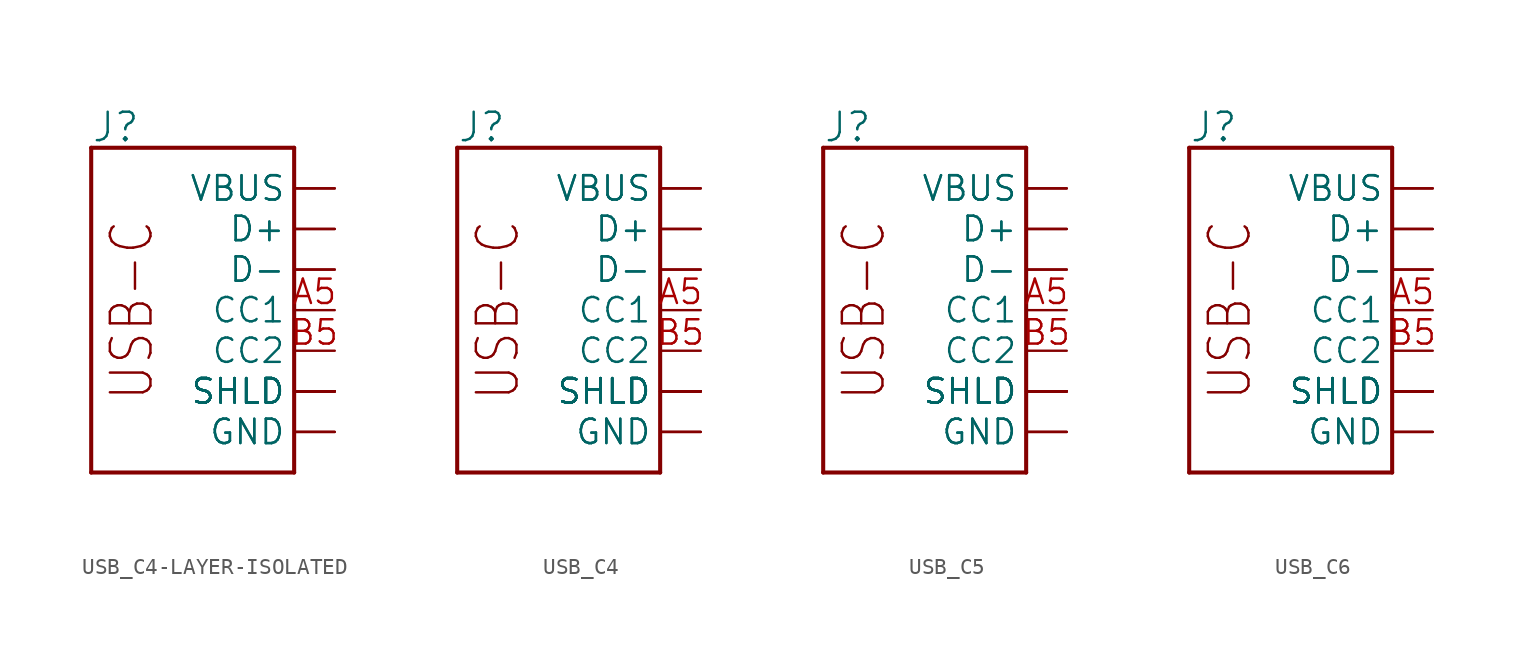
<source format=kicad_sym>
(kicad_symbol_lib
  (version 20241209)
  (generator "kicad_symbol_editor")
  (generator_version "9.0")
  (symbol "USB_C4-LAYER-ISOLATED"
    (property "Reference" "J"
      (at -2.54 10.414 0)
      (effects (font (size 1.778 1.778)) (justify left bottom)))
    (property "Value" ""
      (at -2.54 -12.446 0)
      (effects (font (size 1.778 1.778)) (justify left bottom)))
    (property "ki_locked" ""
      (at 0 0 0)
      (effects (font (size 1.27 1.27))))
    (symbol "USB_C4-LAYER-ISOLATED_1_0"
      (polyline (pts (xy -2.54 -10.16) (xy -2.54 10.16)) (stroke (width 0.254) (type solid)) (fill (type none)))
      (polyline (pts (xy -2.54 -10.16) (xy 10.16 -10.16)) (stroke (width 0.254) (type solid)) (fill (type none)))
      (polyline (pts (xy 10.16 10.16) (xy -2.54 10.16)) (stroke (width 0.254) (type solid)) (fill (type none)))
      (polyline (pts (xy 10.16 -10.16) (xy 10.16 10.16)) (stroke (width 0.254) (type solid)) (fill (type none)))
      (text "USB-C" (at 0 0 900) (effects (font (size 2.54 2.159))))
      (pin bidirectional line (at 12.7 7.62 180) (length 2.54) (name "VBUS" (effects (font (size 1.524 1.524)))) (number "VBUS1" (effects (font (size 0 0)))))
      (pin bidirectional line (at 12.7 7.62 180) (length 2.54) (name "VBUS" (effects (font (size 1.524 1.524)))) (number "VBUS2" (effects (font (size 0 0)))))
      (pin bidirectional line (at 12.7 5.08 180) (length 2.54) (name "D+" (effects (font (size 1.524 1.524)))) (number "A6" (effects (font (size 0 0)))))
      (pin bidirectional line (at 12.7 5.08 180) (length 2.54) (name "D+" (effects (font (size 1.524 1.524)))) (number "B6" (effects (font (size 0 0)))))
      (pin bidirectional line (at 12.7 2.54 180) (length 2.54) (name "D-" (effects (font (size 1.524 1.524)))) (number "A7" (effects (font (size 0 0)))))
      (pin bidirectional line (at 12.7 2.54 180) (length 2.54) (name "D-" (effects (font (size 1.524 1.524)))) (number "B7" (effects (font (size 0 0)))))
      (pin bidirectional line (at 12.7 0 180) (length 2.54) (name "CC1" (effects (font (size 1.524 1.524)))) (number "A5" (effects (font (size 1.524 1.524)))))
      (pin bidirectional line (at 12.7 -2.54 180) (length 2.54) (name "CC2" (effects (font (size 1.524 1.524)))) (number "B5" (effects (font (size 1.524 1.524)))))
      (pin bidirectional line (at 12.7 -5.08 180) (length 2.54) (name "SHLD" (effects (font (size 1.524 1.524)))) (number "SHLD1" (effects (font (size 0 0)))))
      (pin bidirectional line (at 12.7 -5.08 180) (length 2.54) (name "SHLD" (effects (font (size 1.524 1.524)))) (number "SHLD2" (effects (font (size 0 0)))))
      (pin bidirectional line (at 12.7 -5.08 180) (length 2.54) (name "SHLD" (effects (font (size 1.524 1.524)))) (number "SHLD3" (effects (font (size 0 0)))))
      (pin bidirectional line (at 12.7 -5.08 180) (length 2.54) (name "SHLD" (effects (font (size 1.524 1.524)))) (number "SHLD4" (effects (font (size 0 0)))))
      (pin bidirectional line (at 12.7 -5.08 180) (length 2.54) (name "SHLD" (effects (font (size 1.524 1.524)))) (number "SHLD5" (effects (font (size 0 0)))))
      (pin bidirectional line (at 12.7 -5.08 180) (length 2.54) (name "SHLD" (effects (font (size 1.524 1.524)))) (number "SHLD6" (effects (font (size 0 0)))))
      (pin bidirectional line (at 12.7 -5.08 180) (length 2.54) (name "SHLD" (effects (font (size 1.524 1.524)))) (number "SHLD7" (effects (font (size 0 0)))))
      (pin bidirectional line (at 12.7 -5.08 180) (length 2.54) (name "SHLD" (effects (font (size 1.524 1.524)))) (number "SHLD8" (effects (font (size 0 0)))))
      (pin bidirectional line (at 12.7 -7.62 180) (length 2.54) (name "GND" (effects (font (size 1.524 1.524)))) (number "GND" (effects (font (size 0 0)))))
      (pin bidirectional line (at 12.7 -7.62 180) (length 2.54) (name "GND" (effects (font (size 1.524 1.524)))) (number "GND2" (effects (font (size 0 0)))))))
  (symbol "USB_C4"
    (property "Reference" "J"
      (at -2.54 10.414 0)
      (effects (font (size 1.778 1.778)) (justify left bottom)))
    (property "Value" ""
      (at -2.54 -12.446 0)
      (effects (font (size 1.778 1.778)) (justify left bottom)))
    (property "ki_locked" ""
      (at 0 0 0)
      (effects (font (size 1.27 1.27))))
    (symbol "USB_C4_1_0"
      (polyline (pts (xy -2.54 -10.16) (xy -2.54 10.16)) (stroke (width 0.254) (type solid)) (fill (type none)))
      (polyline (pts (xy -2.54 -10.16) (xy 10.16 -10.16)) (stroke (width 0.254) (type solid)) (fill (type none)))
      (polyline (pts (xy 10.16 10.16) (xy -2.54 10.16)) (stroke (width 0.254) (type solid)) (fill (type none)))
      (polyline (pts (xy 10.16 -10.16) (xy 10.16 10.16)) (stroke (width 0.254) (type solid)) (fill (type none)))
      (text "USB-C" (at 0 0 900) (effects (font (size 2.54 2.159))))
      (pin bidirectional line (at 12.7 7.62 180) (length 2.54) (name "VBUS" (effects (font (size 1.524 1.524)))) (number "VBUS1" (effects (font (size 0 0)))))
      (pin bidirectional line (at 12.7 7.62 180) (length 2.54) (name "VBUS" (effects (font (size 1.524 1.524)))) (number "VBUS2" (effects (font (size 0 0)))))
      (pin bidirectional line (at 12.7 5.08 180) (length 2.54) (name "D+" (effects (font (size 1.524 1.524)))) (number "A6" (effects (font (size 0 0)))))
      (pin bidirectional line (at 12.7 5.08 180) (length 2.54) (name "D+" (effects (font (size 1.524 1.524)))) (number "B6" (effects (font (size 0 0)))))
      (pin bidirectional line (at 12.7 2.54 180) (length 2.54) (name "D-" (effects (font (size 1.524 1.524)))) (number "A7" (effects (font (size 0 0)))))
      (pin bidirectional line (at 12.7 2.54 180) (length 2.54) (name "D-" (effects (font (size 1.524 1.524)))) (number "B7" (effects (font (size 0 0)))))
      (pin bidirectional line (at 12.7 0 180) (length 2.54) (name "CC1" (effects (font (size 1.524 1.524)))) (number "A5" (effects (font (size 1.524 1.524)))))
      (pin bidirectional line (at 12.7 -2.54 180) (length 2.54) (name "CC2" (effects (font (size 1.524 1.524)))) (number "B5" (effects (font (size 1.524 1.524)))))
      (pin bidirectional line (at 12.7 -5.08 180) (length 2.54) (name "SHLD" (effects (font (size 1.524 1.524)))) (number "SHLD1" (effects (font (size 0 0)))))
      (pin bidirectional line (at 12.7 -5.08 180) (length 2.54) (name "SHLD" (effects (font (size 1.524 1.524)))) (number "SHLD2" (effects (font (size 0 0)))))
      (pin bidirectional line (at 12.7 -5.08 180) (length 2.54) (name "SHLD" (effects (font (size 1.524 1.524)))) (number "SHLD3" (effects (font (size 0 0)))))
      (pin bidirectional line (at 12.7 -5.08 180) (length 2.54) (name "SHLD" (effects (font (size 1.524 1.524)))) (number "SHLD4" (effects (font (size 0 0)))))
      (pin bidirectional line (at 12.7 -5.08 180) (length 2.54) (name "SHLD" (effects (font (size 1.524 1.524)))) (number "SHLD5" (effects (font (size 0 0)))))
      (pin bidirectional line (at 12.7 -5.08 180) (length 2.54) (name "SHLD" (effects (font (size 1.524 1.524)))) (number "SHLD6" (effects (font (size 0 0)))))
      (pin bidirectional line (at 12.7 -5.08 180) (length 2.54) (name "SHLD" (effects (font (size 1.524 1.524)))) (number "SHLD7" (effects (font (size 0 0)))))
      (pin bidirectional line (at 12.7 -5.08 180) (length 2.54) (name "SHLD" (effects (font (size 1.524 1.524)))) (number "SHLD8" (effects (font (size 0 0)))))
      (pin bidirectional line (at 12.7 -7.62 180) (length 2.54) (name "GND" (effects (font (size 1.524 1.524)))) (number "GND" (effects (font (size 0 0)))))
      (pin bidirectional line (at 12.7 -7.62 180) (length 2.54) (name "GND" (effects (font (size 1.524 1.524)))) (number "GND2" (effects (font (size 0 0)))))))
  (symbol "USB_C5"
    (property "Reference" "J"
      (at -2.54 10.414 0)
      (effects (font (size 1.778 1.778)) (justify left bottom)))
    (property "Value" ""
      (at -2.54 -12.446 0)
      (effects (font (size 1.778 1.778)) (justify left bottom)))
    (property "ki_locked" ""
      (at 0 0 0)
      (effects (font (size 1.27 1.27))))
    (symbol "USB_C5_1_0"
      (polyline (pts (xy -2.54 -10.16) (xy -2.54 10.16)) (stroke (width 0.254) (type solid)) (fill (type none)))
      (polyline (pts (xy -2.54 -10.16) (xy 10.16 -10.16)) (stroke (width 0.254) (type solid)) (fill (type none)))
      (polyline (pts (xy 10.16 10.16) (xy -2.54 10.16)) (stroke (width 0.254) (type solid)) (fill (type none)))
      (polyline (pts (xy 10.16 -10.16) (xy 10.16 10.16)) (stroke (width 0.254) (type solid)) (fill (type none)))
      (text "USB-C" (at 0 0 900) (effects (font (size 2.54 2.159))))
      (pin bidirectional line (at 12.7 7.62 180) (length 2.54) (name "VBUS" (effects (font (size 1.524 1.524)))) (number "VBUS1" (effects (font (size 0 0)))))
      (pin bidirectional line (at 12.7 7.62 180) (length 2.54) (name "VBUS" (effects (font (size 1.524 1.524)))) (number "VBUS2" (effects (font (size 0 0)))))
      (pin bidirectional line (at 12.7 5.08 180) (length 2.54) (name "D+" (effects (font (size 1.524 1.524)))) (number "A6" (effects (font (size 0 0)))))
      (pin bidirectional line (at 12.7 5.08 180) (length 2.54) (name "D+" (effects (font (size 1.524 1.524)))) (number "B6" (effects (font (size 0 0)))))
      (pin bidirectional line (at 12.7 2.54 180) (length 2.54) (name "D-" (effects (font (size 1.524 1.524)))) (number "A7" (effects (font (size 0 0)))))
      (pin bidirectional line (at 12.7 2.54 180) (length 2.54) (name "D-" (effects (font (size 1.524 1.524)))) (number "B7" (effects (font (size 0 0)))))
      (pin bidirectional line (at 12.7 0 180) (length 2.54) (name "CC1" (effects (font (size 1.524 1.524)))) (number "A5" (effects (font (size 1.524 1.524)))))
      (pin bidirectional line (at 12.7 -2.54 180) (length 2.54) (name "CC2" (effects (font (size 1.524 1.524)))) (number "B5" (effects (font (size 1.524 1.524)))))
      (pin bidirectional line (at 12.7 -5.08 180) (length 2.54) (name "SHLD" (effects (font (size 1.524 1.524)))) (number "SHLD1" (effects (font (size 0 0)))))
      (pin bidirectional line (at 12.7 -5.08 180) (length 2.54) (name "SHLD" (effects (font (size 1.524 1.524)))) (number "SHLD2" (effects (font (size 0 0)))))
      (pin bidirectional line (at 12.7 -5.08 180) (length 2.54) (name "SHLD" (effects (font (size 1.524 1.524)))) (number "SHLD3" (effects (font (size 0 0)))))
      (pin bidirectional line (at 12.7 -5.08 180) (length 2.54) (name "SHLD" (effects (font (size 1.524 1.524)))) (number "SHLD4" (effects (font (size 0 0)))))
      (pin bidirectional line (at 12.7 -5.08 180) (length 2.54) (name "SHLD" (effects (font (size 1.524 1.524)))) (number "SHLD5" (effects (font (size 0 0)))))
      (pin bidirectional line (at 12.7 -5.08 180) (length 2.54) (name "SHLD" (effects (font (size 1.524 1.524)))) (number "SHLD6" (effects (font (size 0 0)))))
      (pin bidirectional line (at 12.7 -5.08 180) (length 2.54) (name "SHLD" (effects (font (size 1.524 1.524)))) (number "SHLD7" (effects (font (size 0 0)))))
      (pin bidirectional line (at 12.7 -5.08 180) (length 2.54) (name "SHLD" (effects (font (size 1.524 1.524)))) (number "SHLD8" (effects (font (size 0 0)))))
      (pin bidirectional line (at 12.7 -7.62 180) (length 2.54) (name "GND" (effects (font (size 1.524 1.524)))) (number "GND" (effects (font (size 0 0)))))
      (pin bidirectional line (at 12.7 -7.62 180) (length 2.54) (name "GND" (effects (font (size 1.524 1.524)))) (number "GND2" (effects (font (size 0 0)))))))
  (symbol "USB_C6"
    (property "Reference" "J"
      (at -2.54 10.414 0)
      (effects (font (size 1.778 1.778)) (justify left bottom)))
    (property "Value" ""
      (at -2.54 -12.446 0)
      (effects (font (size 1.778 1.778)) (justify left bottom)))
    (property "ki_locked" ""
      (at 0 0 0)
      (effects (font (size 1.27 1.27))))
    (symbol "USB_C6_1_0"
      (polyline (pts (xy -2.54 -10.16) (xy -2.54 10.16)) (stroke (width 0.254) (type solid)) (fill (type none)))
      (polyline (pts (xy -2.54 -10.16) (xy 10.16 -10.16)) (stroke (width 0.254) (type solid)) (fill (type none)))
      (polyline (pts (xy 10.16 10.16) (xy -2.54 10.16)) (stroke (width 0.254) (type solid)) (fill (type none)))
      (polyline (pts (xy 10.16 -10.16) (xy 10.16 10.16)) (stroke (width 0.254) (type solid)) (fill (type none)))
      (text "USB-C" (at 0 0 900) (effects (font (size 2.54 2.159))))
      (pin bidirectional line (at 12.7 7.62 180) (length 2.54) (name "VBUS" (effects (font (size 1.524 1.524)))) (number "VBUS1" (effects (font (size 0 0)))))
      (pin bidirectional line (at 12.7 7.62 180) (length 2.54) (name "VBUS" (effects (font (size 1.524 1.524)))) (number "VBUS2" (effects (font (size 0 0)))))
      (pin bidirectional line (at 12.7 5.08 180) (length 2.54) (name "D+" (effects (font (size 1.524 1.524)))) (number "A6" (effects (font (size 0 0)))))
      (pin bidirectional line (at 12.7 5.08 180) (length 2.54) (name "D+" (effects (font (size 1.524 1.524)))) (number "B6" (effects (font (size 0 0)))))
      (pin bidirectional line (at 12.7 2.54 180) (length 2.54) (name "D-" (effects (font (size 1.524 1.524)))) (number "A7" (effects (font (size 0 0)))))
      (pin bidirectional line (at 12.7 2.54 180) (length 2.54) (name "D-" (effects (font (size 1.524 1.524)))) (number "B7" (effects (font (size 0 0)))))
      (pin bidirectional line (at 12.7 0 180) (length 2.54) (name "CC1" (effects (font (size 1.524 1.524)))) (number "A5" (effects (font (size 1.524 1.524)))))
      (pin bidirectional line (at 12.7 -2.54 180) (length 2.54) (name "CC2" (effects (font (size 1.524 1.524)))) (number "B5" (effects (font (size 1.524 1.524)))))
      (pin bidirectional line (at 12.7 -5.08 180) (length 2.54) (name "SHLD" (effects (font (size 1.524 1.524)))) (number "SHLD1" (effects (font (size 0 0)))))
      (pin bidirectional line (at 12.7 -5.08 180) (length 2.54) (name "SHLD" (effects (font (size 1.524 1.524)))) (number "SHLD2" (effects (font (size 0 0)))))
      (pin bidirectional line (at 12.7 -5.08 180) (length 2.54) (name "SHLD" (effects (font (size 1.524 1.524)))) (number "SHLD3" (effects (font (size 0 0)))))
      (pin bidirectional line (at 12.7 -5.08 180) (length 2.54) (name "SHLD" (effects (font (size 1.524 1.524)))) (number "SHLD4" (effects (font (size 0 0)))))
      (pin bidirectional line (at 12.7 -5.08 180) (length 2.54) (name "SHLD" (effects (font (size 1.524 1.524)))) (number "SHLD5" (effects (font (size 0 0)))))
      (pin bidirectional line (at 12.7 -5.08 180) (length 2.54) (name "SHLD" (effects (font (size 1.524 1.524)))) (number "SHLD6" (effects (font (size 0 0)))))
      (pin bidirectional line (at 12.7 -5.08 180) (length 2.54) (name "SHLD" (effects (font (size 1.524 1.524)))) (number "SHLD7" (effects (font (size 0 0)))))
      (pin bidirectional line (at 12.7 -5.08 180) (length 2.54) (name "SHLD" (effects (font (size 1.524 1.524)))) (number "SHLD8" (effects (font (size 0 0)))))
      (pin bidirectional line (at 12.7 -7.62 180) (length 2.54) (name "GND" (effects (font (size 1.524 1.524)))) (number "GND" (effects (font (size 0 0)))))
      (pin bidirectional line (at 12.7 -7.62 180) (length 2.54) (name "GND" (effects (font (size 1.524 1.524)))) (number "GND2" (effects (font (size 0 0))))))))
</source>
